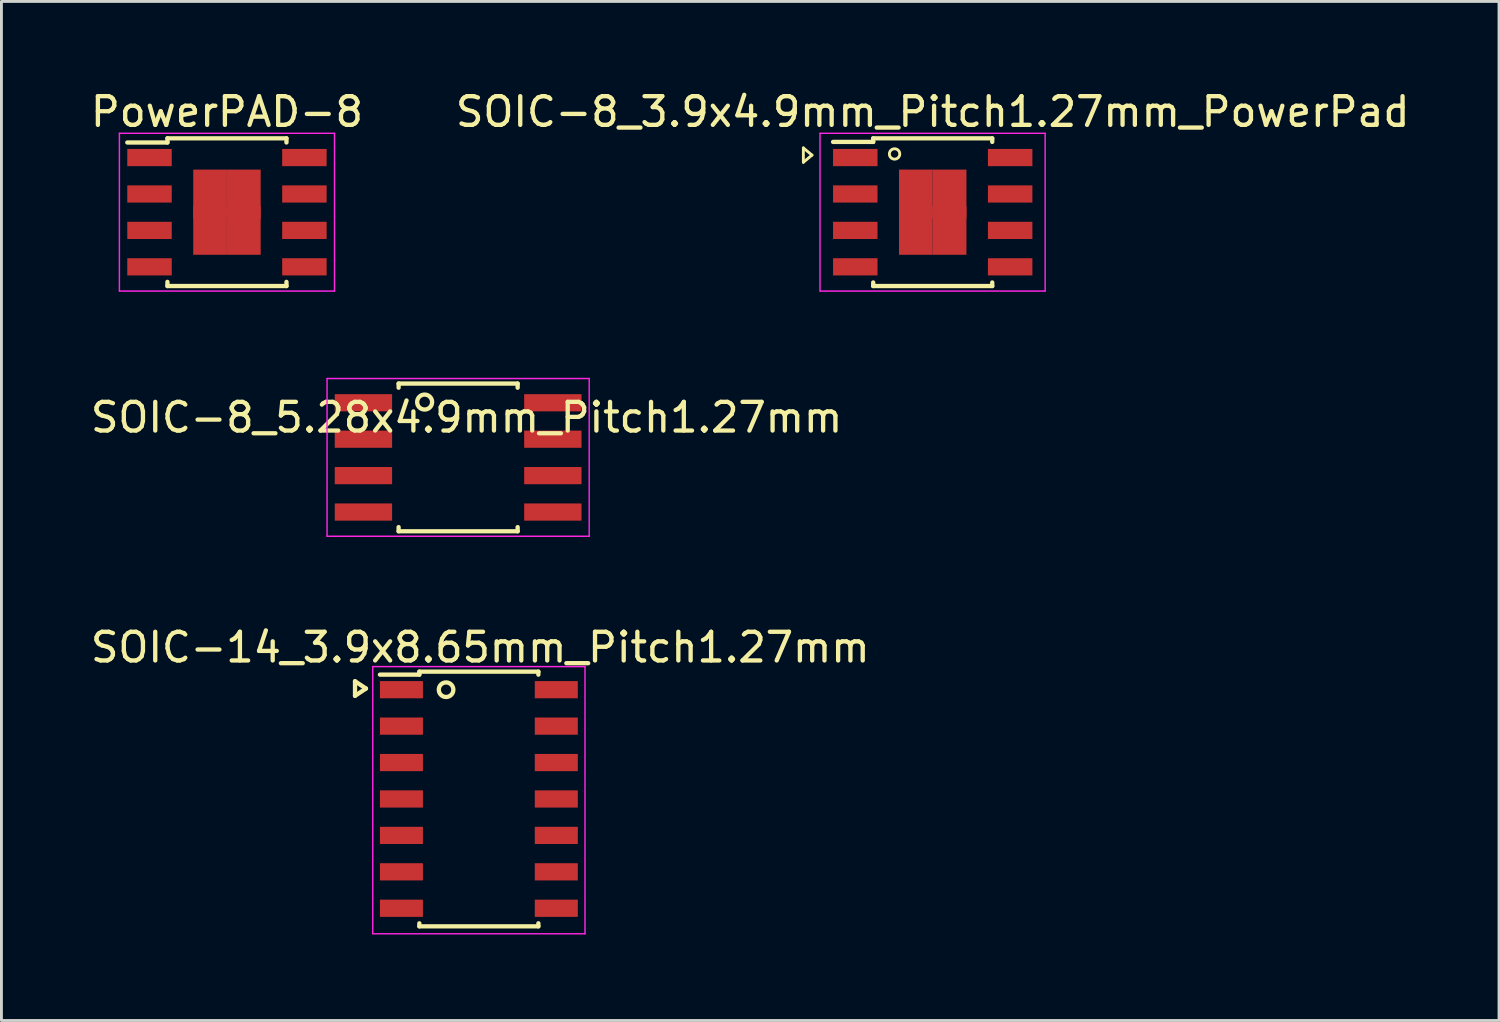
<source format=kicad_pcb>
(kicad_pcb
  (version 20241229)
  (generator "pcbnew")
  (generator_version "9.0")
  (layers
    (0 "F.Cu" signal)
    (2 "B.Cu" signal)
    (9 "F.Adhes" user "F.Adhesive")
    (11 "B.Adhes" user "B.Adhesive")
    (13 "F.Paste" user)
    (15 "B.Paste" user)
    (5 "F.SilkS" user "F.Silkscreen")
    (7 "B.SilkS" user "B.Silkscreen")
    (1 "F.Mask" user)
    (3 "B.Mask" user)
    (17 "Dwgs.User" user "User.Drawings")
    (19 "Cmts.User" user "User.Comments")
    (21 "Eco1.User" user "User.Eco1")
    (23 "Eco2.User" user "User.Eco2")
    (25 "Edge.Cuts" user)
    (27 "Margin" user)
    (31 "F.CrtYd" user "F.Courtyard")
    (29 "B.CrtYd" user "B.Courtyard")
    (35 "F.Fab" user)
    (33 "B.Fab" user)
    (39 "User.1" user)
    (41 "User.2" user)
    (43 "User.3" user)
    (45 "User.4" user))
  (footprint "SOIC-14_3.9x8.65mm_Pitch1.27mm"
    (layer "F.Cu")
    (at 13.656 24.814)
    (property "Reference" "SOIC-14_3.9x8.65mm_Pitch1.27mm" (at 0.04 -5.292 0) (layer "F.SilkS") (effects (font (size 1 1) (thickness 0.15))))
    (attr smd)
    (fp_line (start -4.328 -4.112) (end -3.947 -3.858) (stroke (width 0.15) (type solid)) (layer "F.SilkS"))
    (fp_line (start -4.328 -3.604) (end -4.328 -4.112) (stroke (width 0.15) (type solid)) (layer "F.SilkS"))
    (fp_line (start -3.947 -3.858) (end -4.328 -3.604) (stroke (width 0.15) (type solid)) (layer "F.SilkS"))
    (fp_line (start -2.085 -4.447) (end -2.085 -4.342) (stroke (width 0.15) (type solid)) (layer "F.SilkS"))
    (fp_line (start -2.085 -4.447) (end 2.065 -4.447) (stroke (width 0.15) (type solid)) (layer "F.SilkS"))
    (fp_line (start -2.085 -4.342) (end -3.46 -4.342) (stroke (width 0.15) (type solid)) (layer "F.SilkS"))
    (fp_line (start -2.085 4.433) (end -2.085 4.328) (stroke (width 0.15) (type solid)) (layer "F.SilkS"))
    (fp_line (start -2.085 4.433) (end 2.065 4.433) (stroke (width 0.15) (type solid)) (layer "F.SilkS"))
    (fp_line (start 2.065 -4.447) (end 2.065 -4.342) (stroke (width 0.15) (type solid)) (layer "F.SilkS"))
    (fp_line (start 2.065 4.433) (end 2.065 4.328) (stroke (width 0.15) (type solid)) (layer "F.SilkS"))
    (fp_circle (center -1.153 -3.817) (end -1.153 -4.071) (stroke (width 0.15) (type solid)) (fill no) (layer "F.SilkS"))
    (fp_line (start -3.71 -4.622) (end -3.71 4.692) (stroke (width 0.05) (type solid)) (layer "F.CrtYd"))
    (fp_line (start -3.71 -4.622) (end 3.69 -4.622) (stroke (width 0.05) (type solid)) (layer "F.CrtYd"))
    (fp_line (start -3.71 4.692) (end 3.69 4.692) (stroke (width 0.05) (type solid)) (layer "F.CrtYd"))
    (fp_line (start 3.69 -4.622) (end 3.69 4.692) (stroke (width 0.05) (type solid)) (layer "F.CrtYd"))
    (pad "1" smd rect (at -2.71 -3.817) (size 1.5 0.6) (layers "F.Cu" "F.Mask" "F.Paste"))
    (pad "2" smd rect (at -2.71 -2.547) (size 1.5 0.6) (layers "F.Cu" "F.Mask" "F.Paste"))
    (pad "3" smd rect (at -2.71 -1.277) (size 1.5 0.6) (layers "F.Cu" "F.Mask" "F.Paste"))
    (pad "4" smd rect (at -2.71 -0.007) (size 1.5 0.6) (layers "F.Cu" "F.Mask" "F.Paste"))
    (pad "5" smd rect (at -2.71 1.263) (size 1.5 0.6) (layers "F.Cu" "F.Mask" "F.Paste"))
    (pad "6" smd rect (at -2.71 2.533) (size 1.5 0.6) (layers "F.Cu" "F.Mask" "F.Paste"))
    (pad "7" smd rect (at -2.71 3.803) (size 1.5 0.6) (layers "F.Cu" "F.Mask" "F.Paste"))
    (pad "8" smd rect (at 2.69 3.803) (size 1.5 0.6) (layers "F.Cu" "F.Mask" "F.Paste"))
    (pad "9" smd rect (at 2.69 2.533) (size 1.5 0.6) (layers "F.Cu" "F.Mask" "F.Paste"))
    (pad "10" smd rect (at 2.69 1.263) (size 1.5 0.6) (layers "F.Cu" "F.Mask" "F.Paste"))
    (pad "11" smd rect (at 2.69 -0.007) (size 1.5 0.6) (layers "F.Cu" "F.Mask" "F.Paste"))
    (pad "12" smd rect (at 2.69 -1.277) (size 1.5 0.6) (layers "F.Cu" "F.Mask" "F.Paste"))
    (pad "13" smd rect (at 2.69 -2.547) (size 1.5 0.6) (layers "F.Cu" "F.Mask" "F.Paste"))
    (pad "14" smd rect (at 2.69 -3.817) (size 1.5 0.6) (layers "F.Cu" "F.Mask" "F.Paste")))
  (footprint "SOIC-8_3.9x4.9mm_Pitch1.27mm_PowerPad"
    (layer "F.Cu")
    (at 29.47 4.348)
    (property "Reference" "SOIC-8_3.9x4.9mm_Pitch1.27mm_PowerPad" (at 0 -3.5 0) (layer "F.SilkS") (effects (font (size 1 1) (thickness 0.15))))
    (attr smd)
    (fp_line (start -4.51 -2.24) (end -4.51 -1.74) (stroke (width 0.1) (type solid)) (layer "F.SilkS"))
    (fp_line (start -4.51 -1.74) (end -4.21 -1.99) (stroke (width 0.1) (type solid)) (layer "F.SilkS"))
    (fp_line (start -4.21 -1.99) (end -4.51 -2.24) (stroke (width 0.1) (type solid)) (layer "F.SilkS"))
    (fp_line (start -2.075 -2.575) (end -2.075 -2.45) (stroke (width 0.15) (type solid)) (layer "F.SilkS"))
    (fp_line (start -2.075 -2.575) (end 2.075 -2.575) (stroke (width 0.15) (type solid)) (layer "F.SilkS"))
    (fp_line (start -2.075 -2.45) (end -3.475 -2.45) (stroke (width 0.15) (type solid)) (layer "F.SilkS"))
    (fp_line (start -2.075 2.575) (end -2.075 2.45) (stroke (width 0.15) (type solid)) (layer "F.SilkS"))
    (fp_line (start -2.075 2.575) (end 2.075 2.575) (stroke (width 0.15) (type solid)) (layer "F.SilkS"))
    (fp_line (start 2.075 -2.575) (end 2.075 -2.45) (stroke (width 0.15) (type solid)) (layer "F.SilkS"))
    (fp_line (start 2.075 2.575) (end 2.075 2.45) (stroke (width 0.15) (type solid)) (layer "F.SilkS"))
    (fp_circle (center -1.33 -2.03) (end -1.31 -2.21) (stroke (width 0.1) (type solid)) (fill no) (layer "F.SilkS"))
    (fp_line (start -3.93 -2.75) (end -3.93 2.75) (stroke (width 0.05) (type solid)) (layer "F.CrtYd"))
    (fp_line (start -3.93 -2.75) (end 3.92 -2.75) (stroke (width 0.05) (type solid)) (layer "F.CrtYd"))
    (fp_line (start -3.93 2.75) (end 3.92 2.75) (stroke (width 0.05) (type solid)) (layer "F.CrtYd"))
    (fp_line (start 3.92 -2.75) (end 3.92 2.75) (stroke (width 0.05) (type solid)) (layer "F.CrtYd"))
    (pad "1" smd rect (at -2.7 -1.905) (size 1.55 0.6) (layers "F.Cu" "F.Mask" "F.Paste"))
    (pad "2" smd rect (at -2.7 -0.635) (size 1.55 0.6) (layers "F.Cu" "F.Mask" "F.Paste"))
    (pad "3" smd rect (at -2.7 0.635) (size 1.55 0.6) (layers "F.Cu" "F.Mask" "F.Paste"))
    (pad "4" smd rect (at -2.7 1.905) (size 1.55 0.6) (layers "F.Cu" "F.Mask" "F.Paste"))
    (pad "5" smd rect (at 2.7 1.905) (size 1.55 0.6) (layers "F.Cu" "F.Mask" "F.Paste"))
    (pad "6" smd rect (at 2.7 0.635) (size 1.55 0.6) (layers "F.Cu" "F.Mask" "F.Paste"))
    (pad "7" smd rect (at 2.7 -0.635) (size 1.55 0.6) (layers "F.Cu" "F.Mask" "F.Paste"))
    (pad "8" smd rect (at 2.7 -1.905) (size 1.55 0.6) (layers "F.Cu" "F.Mask" "F.Paste"))
    (pad "9" smd rect (at -0.588 -0.635) (size 1.175 1.7) (layers "F.Cu" "F.Mask" "F.Paste"))
    (pad "9" smd rect (at -0.588 0.635) (size 1.175 1.7) (layers "F.Cu" "F.Mask" "F.Paste"))
    (pad "9" smd rect (at 0.588 -0.635) (size 1.175 1.7) (layers "F.Cu" "F.Mask" "F.Paste"))
    (pad "9" smd rect (at 0.588 0.635) (size 1.175 1.7) (layers "F.Cu" "F.Mask" "F.Paste")))
  (footprint "PowerPAD-8"
    (layer "F.Cu")
    (at 4.863 4.348)
    (property "Reference" "PowerPAD-8" (at 0 -3.5 0) (layer "F.SilkS") (effects (font (size 1 1) (thickness 0.15))))
    (attr smd)
    (fp_line (start -2.075 -2.575) (end -2.075 -2.43) (stroke (width 0.15) (type solid)) (layer "F.SilkS"))
    (fp_line (start -2.075 -2.575) (end 2.075 -2.575) (stroke (width 0.15) (type solid)) (layer "F.SilkS"))
    (fp_line (start -2.075 -2.43) (end -3.475 -2.43) (stroke (width 0.15) (type solid)) (layer "F.SilkS"))
    (fp_line (start -2.075 2.575) (end -2.075 2.43) (stroke (width 0.15) (type solid)) (layer "F.SilkS"))
    (fp_line (start -2.075 2.575) (end 2.075 2.575) (stroke (width 0.15) (type solid)) (layer "F.SilkS"))
    (fp_line (start 2.075 -2.575) (end 2.075 -2.43) (stroke (width 0.15) (type solid)) (layer "F.SilkS"))
    (fp_line (start 2.075 2.575) (end 2.075 2.43) (stroke (width 0.15) (type solid)) (layer "F.SilkS"))
    (fp_line (start -3.75 -2.75) (end -3.75 2.75) (stroke (width 0.05) (type solid)) (layer "F.CrtYd"))
    (fp_line (start -3.75 -2.75) (end 3.75 -2.75) (stroke (width 0.05) (type solid)) (layer "F.CrtYd"))
    (fp_line (start -3.75 2.75) (end 3.75 2.75) (stroke (width 0.05) (type solid)) (layer "F.CrtYd"))
    (fp_line (start 3.75 -2.75) (end 3.75 2.75) (stroke (width 0.05) (type solid)) (layer "F.CrtYd"))
    (pad "1" smd rect (at -2.7 -1.905) (size 1.55 0.6) (layers "F.Cu" "F.Mask" "F.Paste"))
    (pad "2" smd rect (at -2.7 -0.635) (size 1.55 0.6) (layers "F.Cu" "F.Mask" "F.Paste"))
    (pad "3" smd rect (at -2.7 0.635) (size 1.55 0.6) (layers "F.Cu" "F.Mask" "F.Paste"))
    (pad "4" smd rect (at -2.7 1.905) (size 1.55 0.6) (layers "F.Cu" "F.Mask" "F.Paste"))
    (pad "5" smd rect (at 2.7 1.905) (size 1.55 0.6) (layers "F.Cu" "F.Mask" "F.Paste"))
    (pad "6" smd rect (at 2.7 0.635) (size 1.55 0.6) (layers "F.Cu" "F.Mask" "F.Paste"))
    (pad "7" smd rect (at 2.7 -0.635) (size 1.55 0.6) (layers "F.Cu" "F.Mask" "F.Paste"))
    (pad "8" smd rect (at 2.7 -1.905) (size 1.55 0.6) (layers "F.Cu" "F.Mask" "F.Paste"))
    (pad "9" smd rect (at -0.588 -0.635) (size 1.175 1.7) (layers "F.Cu" "F.Mask" "F.Paste"))
    (pad "9" smd rect (at -0.588 0.635) (size 1.175 1.7) (layers "F.Cu" "F.Mask" "F.Paste"))
    (pad "9" smd rect (at 0.588 -0.635) (size 1.175 1.7) (layers "F.Cu" "F.Mask" "F.Paste"))
    (pad "9" smd rect (at 0.588 0.635) (size 1.175 1.7) (layers "F.Cu" "F.Mask" "F.Paste")))
  (footprint "SOIC-8_5.28x4.9mm_Pitch1.27mm"
    (layer "F.Cu")
    (at 12.923 12.898)
    (property "Reference" "SOIC-8_5.28x4.9mm_Pitch1.27mm" (at 0.297 -1.392 0) (layer "F.SilkS") (effects (font (size 1 1) (thickness 0.15))))
    (attr smd)
    (fp_line (start -2.075 -2.575) (end -2.075 -2.43) (stroke (width 0.15) (type solid)) (layer "F.SilkS"))
    (fp_line (start -2.075 -2.575) (end 2.075 -2.575) (stroke (width 0.15) (type solid)) (layer "F.SilkS"))
    (fp_line (start -2.075 2.575) (end -2.075 2.43) (stroke (width 0.15) (type solid)) (layer "F.SilkS"))
    (fp_line (start -2.075 2.575) (end 2.075 2.575) (stroke (width 0.15) (type solid)) (layer "F.SilkS"))
    (fp_line (start 2.075 -2.575) (end 2.075 -2.43) (stroke (width 0.15) (type solid)) (layer "F.SilkS"))
    (fp_line (start 2.075 2.575) (end 2.075 2.43) (stroke (width 0.15) (type solid)) (layer "F.SilkS"))
    (fp_circle (center -1.168 -1.93) (end -0.94 -1.803) (stroke (width 0.15) (type solid)) (fill no) (layer "F.SilkS"))
    (fp_line (start -4.57 -2.75) (end -4.57 2.75) (stroke (width 0.05) (type solid)) (layer "F.CrtYd"))
    (fp_line (start -4.57 -2.75) (end 4.57 -2.75) (stroke (width 0.05) (type solid)) (layer "F.CrtYd"))
    (fp_line (start -4.57 2.75) (end 4.57 2.75) (stroke (width 0.05) (type solid)) (layer "F.CrtYd"))
    (fp_line (start 4.57 -2.75) (end 4.57 2.75) (stroke (width 0.05) (type solid)) (layer "F.CrtYd"))
    (pad "1" smd rect (at -3.302 -1.905) (size 2 0.6) (layers "F.Cu" "F.Mask" "F.Paste"))
    (pad "2" smd rect (at -3.302 -0.635) (size 2 0.6) (layers "F.Cu" "F.Mask" "F.Paste"))
    (pad "3" smd rect (at -3.302 0.635) (size 2 0.6) (layers "F.Cu" "F.Mask" "F.Paste"))
    (pad "4" smd rect (at -3.302 1.905) (size 2 0.6) (layers "F.Cu" "F.Mask" "F.Paste"))
    (pad "5" smd rect (at 3.302 1.905) (size 2 0.6) (layers "F.Cu" "F.Mask" "F.Paste"))
    (pad "6" smd rect (at 3.302 0.635) (size 2 0.6) (layers "F.Cu" "F.Mask" "F.Paste"))
    (pad "7" smd rect (at 3.302 -0.635) (size 2 0.6) (layers "F.Cu" "F.Mask" "F.Paste"))
    (pad "8" smd rect (at 3.302 -1.905) (size 2 0.6) (layers "F.Cu" "F.Mask" "F.Paste")))
  (gr_rect
    (start -3 -3)
    (end 49.214 32.531)
    (stroke (width 0.1) (type default))
    (fill no)
    (layer "Edge.Cuts")))
</source>
